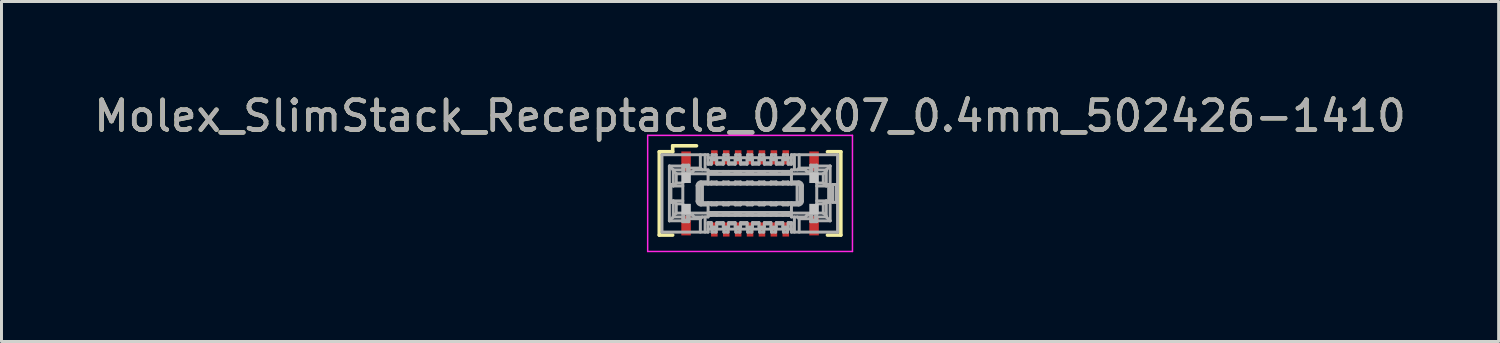
<source format=kicad_pcb>
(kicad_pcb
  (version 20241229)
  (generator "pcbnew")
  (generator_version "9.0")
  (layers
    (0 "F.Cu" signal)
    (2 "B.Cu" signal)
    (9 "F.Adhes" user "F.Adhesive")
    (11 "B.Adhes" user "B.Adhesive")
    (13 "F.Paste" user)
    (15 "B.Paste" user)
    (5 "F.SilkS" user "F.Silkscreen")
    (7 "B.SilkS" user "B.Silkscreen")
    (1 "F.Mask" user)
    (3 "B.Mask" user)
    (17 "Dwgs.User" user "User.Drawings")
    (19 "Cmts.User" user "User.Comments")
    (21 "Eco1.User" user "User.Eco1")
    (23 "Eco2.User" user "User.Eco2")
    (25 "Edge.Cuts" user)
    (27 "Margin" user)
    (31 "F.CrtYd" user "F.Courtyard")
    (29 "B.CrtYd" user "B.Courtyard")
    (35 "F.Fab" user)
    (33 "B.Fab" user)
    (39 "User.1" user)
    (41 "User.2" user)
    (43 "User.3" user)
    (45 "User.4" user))
  (footprint "Molex_SlimStack_Receptacle_02x07_0.4mm_502426-1410"
    (layer "F.Cu")
    (at 22.149 3.448)
    (property "Reference" "Molex_SlimStack_Receptacle_02x07_0.4mm_502426-1410" (at 0 -2.6 0) (layer "F.SilkS") (effects (font (size 1 1) (thickness 0.15))))
    (attr smd)
    (fp_line (start -3.05 -1.4) (end -3.05 1.4) (stroke (width 0.12) (type solid)) (layer "F.SilkS"))
    (fp_line (start -3.05 1.4) (end -2.6 1.4) (stroke (width 0.12) (type solid)) (layer "F.SilkS"))
    (fp_line (start -2.6 -1.6) (end -1.8 -1.6) (stroke (width 0.12) (type solid)) (layer "F.SilkS"))
    (fp_line (start -2.6 -1.4) (end -3.05 -1.4) (stroke (width 0.12) (type solid)) (layer "F.SilkS"))
    (fp_line (start -2.6 -1.4) (end -2.6 -1.6) (stroke (width 0.12) (type solid)) (layer "F.SilkS"))
    (fp_line (start 2.6 -1.4) (end 3.05 -1.4) (stroke (width 0.12) (type solid)) (layer "F.SilkS"))
    (fp_line (start 3.05 -1.4) (end 3.05 1.4) (stroke (width 0.12) (type solid)) (layer "F.SilkS"))
    (fp_line (start 3.05 1.4) (end 2.6 1.4) (stroke (width 0.12) (type solid)) (layer "F.SilkS"))
    (fp_line (start -3.44 -1.95) (end 3.44 -1.95) (stroke (width 0.05) (type solid)) (layer "F.CrtYd"))
    (fp_line (start -3.44 1.95) (end -3.44 -1.95) (stroke (width 0.05) (type solid)) (layer "F.CrtYd"))
    (fp_line (start 3.44 -1.95) (end 3.44 1.95) (stroke (width 0.05) (type solid)) (layer "F.CrtYd"))
    (fp_line (start 3.44 1.95) (end -3.44 1.95) (stroke (width 0.05) (type solid)) (layer "F.CrtYd"))
    (fp_line (start -2.96 1.3) (end -2.96 -1.3) (stroke (width 0.1) (type solid)) (layer "F.Fab"))
    (fp_line (start -2.71 -0.92) (end -2.58 -0.79) (stroke (width 0.1) (type solid)) (layer "F.Fab"))
    (fp_line (start -2.71 0.92) (end -2.71 -0.92) (stroke (width 0.1) (type solid)) (layer "F.Fab"))
    (fp_line (start -2.71 0.92) (end -2.26 0.92) (stroke (width 0.1) (type solid)) (layer "F.Fab"))
    (fp_line (start -2.66 -0.3) (end -2.58 -0.3) (stroke (width 0.1) (type solid)) (layer "F.Fab"))
    (fp_line (start -2.66 0.3) (end -2.66 -0.3) (stroke (width 0.1) (type solid)) (layer "F.Fab"))
    (fp_line (start -2.58 -0.79) (end -2.58 -0.25) (stroke (width 0.1) (type solid)) (layer "F.Fab"))
    (fp_line (start -2.58 -0.79) (end -2.26 -0.79) (stroke (width 0.1) (type solid)) (layer "F.Fab"))
    (fp_line (start -2.58 0.25) (end -2.58 0.79) (stroke (width 0.1) (type solid)) (layer "F.Fab"))
    (fp_line (start -2.58 0.25) (end -2.26 0.25) (stroke (width 0.1) (type solid)) (layer "F.Fab"))
    (fp_line (start -2.58 0.3) (end -2.66 0.3) (stroke (width 0.1) (type solid)) (layer "F.Fab"))
    (fp_line (start -2.58 0.79) (end -2.71 0.92) (stroke (width 0.1) (type solid)) (layer "F.Fab"))
    (fp_line (start -2.48 -0.66) (end -2.58 -0.76) (stroke (width 0.1) (type solid)) (layer "F.Fab"))
    (fp_line (start -2.48 -0.66) (end -2.48 -0.35) (stroke (width 0.1) (type solid)) (layer "F.Fab"))
    (fp_line (start -2.48 -0.35) (end -2.58 -0.25) (stroke (width 0.1) (type solid)) (layer "F.Fab"))
    (fp_line (start -2.48 -0.35) (end -2.26 -0.35) (stroke (width 0.1) (type solid)) (layer "F.Fab"))
    (fp_line (start -2.48 0.35) (end -2.58 0.25) (stroke (width 0.1) (type solid)) (layer "F.Fab"))
    (fp_line (start -2.48 0.35) (end -2.48 0.66) (stroke (width 0.1) (type solid)) (layer "F.Fab"))
    (fp_line (start -2.48 0.66) (end -2.58 0.76) (stroke (width 0.1) (type solid)) (layer "F.Fab"))
    (fp_line (start -2.48 0.66) (end -2.26 0.66) (stroke (width 0.1) (type solid)) (layer "F.Fab"))
    (fp_line (start -2.26 -0.95) (end -2.06 -0.95) (stroke (width 0.1) (type solid)) (layer "F.Fab"))
    (fp_line (start -2.26 -0.92) (end -2.71 -0.92) (stroke (width 0.1) (type solid)) (layer "F.Fab"))
    (fp_line (start -2.26 -0.66) (end -2.48 -0.66) (stroke (width 0.1) (type solid)) (layer "F.Fab"))
    (fp_line (start -2.26 -0.66) (end -2.26 -0.95) (stroke (width 0.1) (type solid)) (layer "F.Fab"))
    (fp_line (start -2.26 -0.25) (end -2.58 -0.25) (stroke (width 0.1) (type solid)) (layer "F.Fab"))
    (fp_line (start -2.26 0.35) (end -2.48 0.35) (stroke (width 0.1) (type solid)) (layer "F.Fab"))
    (fp_line (start -2.26 0.35) (end -2.26 -0.35) (stroke (width 0.1) (type solid)) (layer "F.Fab"))
    (fp_line (start -2.26 0.79) (end -2.58 0.79) (stroke (width 0.1) (type solid)) (layer "F.Fab"))
    (fp_line (start -2.26 0.95) (end -2.26 0.66) (stroke (width 0.1) (type solid)) (layer "F.Fab"))
    (fp_line (start -2.22 -0.899) (end -2.22 -0.679) (stroke (width 0.1) (type solid)) (layer "F.Fab"))
    (fp_line (start -2.22 -0.679) (end -2.1 -0.679) (stroke (width 0.1) (type solid)) (layer "F.Fab"))
    (fp_line (start -2.22 0.679) (end -2.22 0.899) (stroke (width 0.1) (type solid)) (layer "F.Fab"))
    (fp_line (start -2.22 0.899) (end -2.1 0.899) (stroke (width 0.1) (type solid)) (layer "F.Fab"))
    (fp_line (start -2.1 -0.899) (end -2.22 -0.899) (stroke (width 0.1) (type solid)) (layer "F.Fab"))
    (fp_line (start -2.1 -0.899) (end -2.1 -0.679) (stroke (width 0.1) (type solid)) (layer "F.Fab"))
    (fp_line (start -2.1 0.679) (end -2.22 0.679) (stroke (width 0.1) (type solid)) (layer "F.Fab"))
    (fp_line (start -2.1 0.679) (end -2.1 0.899) (stroke (width 0.1) (type solid)) (layer "F.Fab"))
    (fp_line (start -2.06 -0.85) (end -1.67 -0.85) (stroke (width 0.1) (type solid)) (layer "F.Fab"))
    (fp_line (start -2.06 -0.66) (end -2.06 -0.95) (stroke (width 0.1) (type solid)) (layer "F.Fab"))
    (fp_line (start -2.06 -0.66) (end -1.41 -0.66) (stroke (width 0.1) (type solid)) (layer "F.Fab"))
    (fp_line (start -2.06 0.732) (end -1.93 0.732) (stroke (width 0.1) (type solid)) (layer "F.Fab"))
    (fp_line (start -2.06 0.95) (end -2.26 0.95) (stroke (width 0.1) (type solid)) (layer "F.Fab"))
    (fp_line (start -2.06 0.95) (end -2.06 0.66) (stroke (width 0.1) (type solid)) (layer "F.Fab"))
    (fp_line (start -1.93 -0.732) (end -2.06 -0.732) (stroke (width 0.1) (type solid)) (layer "F.Fab"))
    (fp_line (start -1.93 0.732) (end -1.88 0.79) (stroke (width 0.1) (type solid)) (layer "F.Fab"))
    (fp_line (start -1.88 -0.79) (end -1.93 -0.732) (stroke (width 0.1) (type solid)) (layer "F.Fab"))
    (fp_line (start -1.88 -0.79) (end -1.41 -0.79) (stroke (width 0.1) (type solid)) (layer "F.Fab"))
    (fp_line (start -1.78 0.26) (end -1.78 -0.26) (stroke (width 0.1) (type solid)) (layer "F.Fab"))
    (fp_line (start -1.7 -0.26) (end -1.7 0.26) (stroke (width 0.1) (type solid)) (layer "F.Fab"))
    (fp_line (start -1.67 -0.85) (end -1.67 -1.3) (stroke (width 0.1) (type solid)) (layer "F.Fab"))
    (fp_line (start -1.67 0.85) (end -2.06 0.85) (stroke (width 0.1) (type solid)) (layer "F.Fab"))
    (fp_line (start -1.67 0.85) (end -1.604 0.79) (stroke (width 0.1) (type solid)) (layer "F.Fab"))
    (fp_line (start -1.67 1.3) (end -1.67 0.85) (stroke (width 0.1) (type solid)) (layer "F.Fab"))
    (fp_line (start -1.65 -0.39) (end -1.41 -0.39) (stroke (width 0.1) (type solid)) (layer "F.Fab"))
    (fp_line (start -1.65 0.31) (end 1.63 0.31) (stroke (width 0.1) (type solid)) (layer "F.Fab"))
    (fp_line (start -1.604 -0.79) (end -1.67 -0.85) (stroke (width 0.1) (type solid)) (layer "F.Fab"))
    (fp_line (start -1.6 0.31) (end -1.6 -0.31) (stroke (width 0.1) (type solid)) (layer "F.Fab"))
    (fp_line (start -1.51 -0.79) (end -1.51 -1.3) (stroke (width 0.1) (type solid)) (layer "F.Fab"))
    (fp_line (start -1.51 1.3) (end -1.51 0.79) (stroke (width 0.1) (type solid)) (layer "F.Fab"))
    (fp_line (start -1.41 -1.3) (end -2.96 -1.3) (stroke (width 0.1) (type solid)) (layer "F.Fab"))
    (fp_line (start -1.41 -1.3) (end -1.41 -0.98) (stroke (width 0.1) (type solid)) (layer "F.Fab"))
    (fp_line (start -1.41 -0.98) (end -1.3 -0.98) (stroke (width 0.1) (type solid)) (layer "F.Fab"))
    (fp_line (start -1.41 -0.31) (end -1.41 -0.79) (stroke (width 0.1) (type solid)) (layer "F.Fab"))
    (fp_line (start -1.41 0.36) (end -1.3 0.36) (stroke (width 0.1) (type solid)) (layer "F.Fab"))
    (fp_line (start -1.41 0.39) (end -1.65 0.39) (stroke (width 0.1) (type solid)) (layer "F.Fab"))
    (fp_line (start -1.41 0.64) (end 1.39 0.64) (stroke (width 0.1) (type solid)) (layer "F.Fab"))
    (fp_line (start -1.41 0.66) (end -2.06 0.66) (stroke (width 0.1) (type solid)) (layer "F.Fab"))
    (fp_line (start -1.41 0.74) (end 1.39 0.74) (stroke (width 0.1) (type solid)) (layer "F.Fab"))
    (fp_line (start -1.41 0.79) (end -1.88 0.79) (stroke (width 0.1) (type solid)) (layer "F.Fab"))
    (fp_line (start -1.41 0.79) (end -1.41 0.31) (stroke (width 0.1) (type solid)) (layer "F.Fab"))
    (fp_line (start -1.41 0.98) (end -1.41 1.3) (stroke (width 0.1) (type solid)) (layer "F.Fab"))
    (fp_line (start -1.41 1.03) (end -1.3 1.03) (stroke (width 0.1) (type solid)) (layer "F.Fab"))
    (fp_line (start -1.41 1.2) (end 1.39 1.2) (stroke (width 0.1) (type solid)) (layer "F.Fab"))
    (fp_line (start -1.41 1.3) (end -2.96 1.3) (stroke (width 0.1) (type solid)) (layer "F.Fab"))
    (fp_line (start -1.3 -1.13) (end -1.3 -0.98) (stroke (width 0.1) (type solid)) (layer "F.Fab"))
    (fp_line (start -1.3 -1.03) (end -1.41 -1.03) (stroke (width 0.1) (type solid)) (layer "F.Fab"))
    (fp_line (start -1.3 -0.74) (end -1.3 -0.69) (stroke (width 0.1) (type solid)) (layer "F.Fab"))
    (fp_line (start -1.3 -0.69) (end -1.12 -0.69) (stroke (width 0.1) (type solid)) (layer "F.Fab"))
    (fp_line (start -1.3 -0.385) (end -1.3 -0.31) (stroke (width 0.1) (type solid)) (layer "F.Fab"))
    (fp_line (start -1.3 -0.36) (end -1.41 -0.36) (stroke (width 0.1) (type solid)) (layer "F.Fab"))
    (fp_line (start -1.3 0.31) (end -1.3 0.385) (stroke (width 0.1) (type solid)) (layer "F.Fab"))
    (fp_line (start -1.3 0.385) (end -1.12 0.385) (stroke (width 0.1) (type solid)) (layer "F.Fab"))
    (fp_line (start -1.3 0.69) (end -1.3 0.74) (stroke (width 0.1) (type solid)) (layer "F.Fab"))
    (fp_line (start -1.3 0.98) (end -1.41 0.98) (stroke (width 0.1) (type solid)) (layer "F.Fab"))
    (fp_line (start -1.3 0.98) (end -1.3 1.13) (stroke (width 0.1) (type solid)) (layer "F.Fab"))
    (fp_line (start -1.3 1.13) (end -1.12 1.13) (stroke (width 0.1) (type solid)) (layer "F.Fab"))
    (fp_line (start -1.28 -1.3) (end -1.28 -1.2) (stroke (width 0.1) (type solid)) (layer "F.Fab"))
    (fp_line (start -1.28 -1.3) (end -1.14 -1.3) (stroke (width 0.1) (type solid)) (layer "F.Fab"))
    (fp_line (start -1.28 1.2) (end -1.28 1.3) (stroke (width 0.1) (type solid)) (layer "F.Fab"))
    (fp_line (start -1.14 -1.2) (end -1.14 -1.3) (stroke (width 0.1) (type solid)) (layer "F.Fab"))
    (fp_line (start -1.14 1.3) (end -1.28 1.3) (stroke (width 0.1) (type solid)) (layer "F.Fab"))
    (fp_line (start -1.14 1.3) (end -1.14 1.2) (stroke (width 0.1) (type solid)) (layer "F.Fab"))
    (fp_line (start -1.12 -1.13) (end -1.3 -1.13) (stroke (width 0.1) (type solid)) (layer "F.Fab"))
    (fp_line (start -1.12 -1.13) (end -1.12 -0.98) (stroke (width 0.1) (type solid)) (layer "F.Fab"))
    (fp_line (start -1.12 -0.74) (end -1.12 -0.69) (stroke (width 0.1) (type solid)) (layer "F.Fab"))
    (fp_line (start -1.12 -0.385) (end -1.3 -0.385) (stroke (width 0.1) (type solid)) (layer "F.Fab"))
    (fp_line (start -1.12 -0.385) (end -1.12 -0.31) (stroke (width 0.1) (type solid)) (layer "F.Fab"))
    (fp_line (start -1.12 0.36) (end -0.9 0.36) (stroke (width 0.1) (type solid)) (layer "F.Fab"))
    (fp_line (start -1.12 0.385) (end -1.12 0.31) (stroke (width 0.1) (type solid)) (layer "F.Fab"))
    (fp_line (start -1.12 0.69) (end -1.3 0.69) (stroke (width 0.1) (type solid)) (layer "F.Fab"))
    (fp_line (start -1.12 0.69) (end -1.12 0.74) (stroke (width 0.1) (type solid)) (layer "F.Fab"))
    (fp_line (start -1.12 0.98) (end -0.9 0.98) (stroke (width 0.1) (type solid)) (layer "F.Fab"))
    (fp_line (start -1.12 1.03) (end -0.9 1.03) (stroke (width 0.1) (type solid)) (layer "F.Fab"))
    (fp_line (start -1.12 1.13) (end -1.12 0.98) (stroke (width 0.1) (type solid)) (layer "F.Fab"))
    (fp_line (start -0.9 -1.13) (end -0.9 -0.98) (stroke (width 0.1) (type solid)) (layer "F.Fab"))
    (fp_line (start -0.9 -1.03) (end -1.12 -1.03) (stroke (width 0.1) (type solid)) (layer "F.Fab"))
    (fp_line (start -0.9 -0.98) (end -1.12 -0.98) (stroke (width 0.1) (type solid)) (layer "F.Fab"))
    (fp_line (start -0.9 -0.74) (end -0.9 -0.69) (stroke (width 0.1) (type solid)) (layer "F.Fab"))
    (fp_line (start -0.9 -0.69) (end -0.72 -0.69) (stroke (width 0.1) (type solid)) (layer "F.Fab"))
    (fp_line (start -0.9 -0.385) (end -0.9 -0.31) (stroke (width 0.1) (type solid)) (layer "F.Fab"))
    (fp_line (start -0.9 -0.36) (end -1.12 -0.36) (stroke (width 0.1) (type solid)) (layer "F.Fab"))
    (fp_line (start -0.9 0.31) (end -0.9 0.385) (stroke (width 0.1) (type solid)) (layer "F.Fab"))
    (fp_line (start -0.9 0.385) (end -0.72 0.385) (stroke (width 0.1) (type solid)) (layer "F.Fab"))
    (fp_line (start -0.9 0.69) (end -0.9 0.74) (stroke (width 0.1) (type solid)) (layer "F.Fab"))
    (fp_line (start -0.9 0.98) (end -0.9 1.13) (stroke (width 0.1) (type solid)) (layer "F.Fab"))
    (fp_line (start -0.9 1.13) (end -0.72 1.13) (stroke (width 0.1) (type solid)) (layer "F.Fab"))
    (fp_line (start -0.88 -1.3) (end -0.88 -1.2) (stroke (width 0.1) (type solid)) (layer "F.Fab"))
    (fp_line (start -0.88 -1.3) (end -0.74 -1.3) (stroke (width 0.1) (type solid)) (layer "F.Fab"))
    (fp_line (start -0.88 1.2) (end -0.88 1.3) (stroke (width 0.1) (type solid)) (layer "F.Fab"))
    (fp_line (start -0.74 -1.2) (end -0.74 -1.3) (stroke (width 0.1) (type solid)) (layer "F.Fab"))
    (fp_line (start -0.74 1.3) (end -0.88 1.3) (stroke (width 0.1) (type solid)) (layer "F.Fab"))
    (fp_line (start -0.74 1.3) (end -0.74 1.2) (stroke (width 0.1) (type solid)) (layer "F.Fab"))
    (fp_line (start -0.72 -1.13) (end -0.9 -1.13) (stroke (width 0.1) (type solid)) (layer "F.Fab"))
    (fp_line (start -0.72 -1.13) (end -0.72 -0.98) (stroke (width 0.1) (type solid)) (layer "F.Fab"))
    (fp_line (start -0.72 -0.74) (end -0.72 -0.69) (stroke (width 0.1) (type solid)) (layer "F.Fab"))
    (fp_line (start -0.72 -0.385) (end -0.9 -0.385) (stroke (width 0.1) (type solid)) (layer "F.Fab"))
    (fp_line (start -0.72 -0.385) (end -0.72 -0.31) (stroke (width 0.1) (type solid)) (layer "F.Fab"))
    (fp_line (start -0.72 0.36) (end -0.5 0.36) (stroke (width 0.1) (type solid)) (layer "F.Fab"))
    (fp_line (start -0.72 0.385) (end -0.72 0.31) (stroke (width 0.1) (type solid)) (layer "F.Fab"))
    (fp_line (start -0.72 0.69) (end -0.9 0.69) (stroke (width 0.1) (type solid)) (layer "F.Fab"))
    (fp_line (start -0.72 0.69) (end -0.72 0.74) (stroke (width 0.1) (type solid)) (layer "F.Fab"))
    (fp_line (start -0.72 0.98) (end -0.72 1.13) (stroke (width 0.1) (type solid)) (layer "F.Fab"))
    (fp_line (start -0.72 0.98) (end -0.5 0.98) (stroke (width 0.1) (type solid)) (layer "F.Fab"))
    (fp_line (start -0.72 1.03) (end -0.5 1.03) (stroke (width 0.1) (type solid)) (layer "F.Fab"))
    (fp_line (start -0.5 -1.13) (end -0.5 -0.98) (stroke (width 0.1) (type solid)) (layer "F.Fab"))
    (fp_line (start -0.5 -1.03) (end -0.72 -1.03) (stroke (width 0.1) (type solid)) (layer "F.Fab"))
    (fp_line (start -0.5 -0.98) (end -0.72 -0.98) (stroke (width 0.1) (type solid)) (layer "F.Fab"))
    (fp_line (start -0.5 -0.74) (end -0.5 -0.69) (stroke (width 0.1) (type solid)) (layer "F.Fab"))
    (fp_line (start -0.5 -0.69) (end -0.32 -0.69) (stroke (width 0.1) (type solid)) (layer "F.Fab"))
    (fp_line (start -0.5 -0.385) (end -0.5 -0.31) (stroke (width 0.1) (type solid)) (layer "F.Fab"))
    (fp_line (start -0.5 -0.36) (end -0.72 -0.36) (stroke (width 0.1) (type solid)) (layer "F.Fab"))
    (fp_line (start -0.5 0.31) (end -0.5 0.385) (stroke (width 0.1) (type solid)) (layer "F.Fab"))
    (fp_line (start -0.5 0.385) (end -0.32 0.385) (stroke (width 0.1) (type solid)) (layer "F.Fab"))
    (fp_line (start -0.5 0.69) (end -0.5 0.74) (stroke (width 0.1) (type solid)) (layer "F.Fab"))
    (fp_line (start -0.5 0.98) (end -0.5 1.13) (stroke (width 0.1) (type solid)) (layer "F.Fab"))
    (fp_line (start -0.5 1.13) (end -0.32 1.13) (stroke (width 0.1) (type solid)) (layer "F.Fab"))
    (fp_line (start -0.48 -1.3) (end -0.48 -1.2) (stroke (width 0.1) (type solid)) (layer "F.Fab"))
    (fp_line (start -0.48 -1.3) (end -0.34 -1.3) (stroke (width 0.1) (type solid)) (layer "F.Fab"))
    (fp_line (start -0.48 1.2) (end -0.48 1.3) (stroke (width 0.1) (type solid)) (layer "F.Fab"))
    (fp_line (start -0.34 -1.2) (end -0.34 -1.3) (stroke (width 0.1) (type solid)) (layer "F.Fab"))
    (fp_line (start -0.34 1.3) (end -0.48 1.3) (stroke (width 0.1) (type solid)) (layer "F.Fab"))
    (fp_line (start -0.34 1.3) (end -0.34 1.2) (stroke (width 0.1) (type solid)) (layer "F.Fab"))
    (fp_line (start -0.32 -1.13) (end -0.5 -1.13) (stroke (width 0.1) (type solid)) (layer "F.Fab"))
    (fp_line (start -0.32 -1.13) (end -0.32 -0.98) (stroke (width 0.1) (type solid)) (layer "F.Fab"))
    (fp_line (start -0.32 -0.74) (end -0.32 -0.69) (stroke (width 0.1) (type solid)) (layer "F.Fab"))
    (fp_line (start -0.32 -0.385) (end -0.5 -0.385) (stroke (width 0.1) (type solid)) (layer "F.Fab"))
    (fp_line (start -0.32 -0.385) (end -0.32 -0.31) (stroke (width 0.1) (type solid)) (layer "F.Fab"))
    (fp_line (start -0.32 0.36) (end -0.1 0.36) (stroke (width 0.1) (type solid)) (layer "F.Fab"))
    (fp_line (start -0.32 0.385) (end -0.32 0.31) (stroke (width 0.1) (type solid)) (layer "F.Fab"))
    (fp_line (start -0.32 0.69) (end -0.5 0.69) (stroke (width 0.1) (type solid)) (layer "F.Fab"))
    (fp_line (start -0.32 0.69) (end -0.32 0.74) (stroke (width 0.1) (type solid)) (layer "F.Fab"))
    (fp_line (start -0.32 0.98) (end -0.32 1.13) (stroke (width 0.1) (type solid)) (layer "F.Fab"))
    (fp_line (start -0.32 0.98) (end -0.1 0.98) (stroke (width 0.1) (type solid)) (layer "F.Fab"))
    (fp_line (start -0.32 1.03) (end -0.1 1.03) (stroke (width 0.1) (type solid)) (layer "F.Fab"))
    (fp_line (start -0.1 -1.13) (end -0.1 -0.98) (stroke (width 0.1) (type solid)) (layer "F.Fab"))
    (fp_line (start -0.1 -1.03) (end -0.32 -1.03) (stroke (width 0.1) (type solid)) (layer "F.Fab"))
    (fp_line (start -0.1 -0.98) (end -0.32 -0.98) (stroke (width 0.1) (type solid)) (layer "F.Fab"))
    (fp_line (start -0.1 -0.74) (end -0.1 -0.69) (stroke (width 0.1) (type solid)) (layer "F.Fab"))
    (fp_line (start -0.1 -0.69) (end 0.08 -0.69) (stroke (width 0.1) (type solid)) (layer "F.Fab"))
    (fp_line (start -0.1 -0.385) (end -0.1 -0.31) (stroke (width 0.1) (type solid)) (layer "F.Fab"))
    (fp_line (start -0.1 -0.36) (end -0.32 -0.36) (stroke (width 0.1) (type solid)) (layer "F.Fab"))
    (fp_line (start -0.1 0.31) (end -0.1 0.385) (stroke (width 0.1) (type solid)) (layer "F.Fab"))
    (fp_line (start -0.1 0.385) (end 0.08 0.385) (stroke (width 0.1) (type solid)) (layer "F.Fab"))
    (fp_line (start -0.1 0.69) (end -0.1 0.74) (stroke (width 0.1) (type solid)) (layer "F.Fab"))
    (fp_line (start -0.1 0.98) (end -0.1 1.13) (stroke (width 0.1) (type solid)) (layer "F.Fab"))
    (fp_line (start -0.1 1.13) (end 0.08 1.13) (stroke (width 0.1) (type solid)) (layer "F.Fab"))
    (fp_line (start -0.08 -1.3) (end -0.08 -1.2) (stroke (width 0.1) (type solid)) (layer "F.Fab"))
    (fp_line (start -0.08 -1.3) (end 0.06 -1.3) (stroke (width 0.1) (type solid)) (layer "F.Fab"))
    (fp_line (start -0.08 1.2) (end -0.08 1.3) (stroke (width 0.1) (type solid)) (layer "F.Fab"))
    (fp_line (start 0.06 -1.2) (end 0.06 -1.3) (stroke (width 0.1) (type solid)) (layer "F.Fab"))
    (fp_line (start 0.06 1.3) (end -0.08 1.3) (stroke (width 0.1) (type solid)) (layer "F.Fab"))
    (fp_line (start 0.06 1.3) (end 0.06 1.2) (stroke (width 0.1) (type solid)) (layer "F.Fab"))
    (fp_line (start 0.08 -1.13) (end -0.1 -1.13) (stroke (width 0.1) (type solid)) (layer "F.Fab"))
    (fp_line (start 0.08 -1.13) (end 0.08 -0.98) (stroke (width 0.1) (type solid)) (layer "F.Fab"))
    (fp_line (start 0.08 -0.74) (end 0.08 -0.69) (stroke (width 0.1) (type solid)) (layer "F.Fab"))
    (fp_line (start 0.08 -0.385) (end -0.1 -0.385) (stroke (width 0.1) (type solid)) (layer "F.Fab"))
    (fp_line (start 0.08 -0.385) (end 0.08 -0.31) (stroke (width 0.1) (type solid)) (layer "F.Fab"))
    (fp_line (start 0.08 0.36) (end 0.3 0.36) (stroke (width 0.1) (type solid)) (layer "F.Fab"))
    (fp_line (start 0.08 0.385) (end 0.08 0.31) (stroke (width 0.1) (type solid)) (layer "F.Fab"))
    (fp_line (start 0.08 0.69) (end -0.1 0.69) (stroke (width 0.1) (type solid)) (layer "F.Fab"))
    (fp_line (start 0.08 0.69) (end 0.08 0.74) (stroke (width 0.1) (type solid)) (layer "F.Fab"))
    (fp_line (start 0.08 0.98) (end 0.08 1.13) (stroke (width 0.1) (type solid)) (layer "F.Fab"))
    (fp_line (start 0.08 0.98) (end 0.3 0.98) (stroke (width 0.1) (type solid)) (layer "F.Fab"))
    (fp_line (start 0.08 1.03) (end 0.3 1.03) (stroke (width 0.1) (type solid)) (layer "F.Fab"))
    (fp_line (start 0.3 -1.13) (end 0.3 -0.98) (stroke (width 0.1) (type solid)) (layer "F.Fab"))
    (fp_line (start 0.3 -1.03) (end 0.08 -1.03) (stroke (width 0.1) (type solid)) (layer "F.Fab"))
    (fp_line (start 0.3 -0.98) (end 0.08 -0.98) (stroke (width 0.1) (type solid)) (layer "F.Fab"))
    (fp_line (start 0.3 -0.74) (end 0.3 -0.69) (stroke (width 0.1) (type solid)) (layer "F.Fab"))
    (fp_line (start 0.3 -0.69) (end 0.48 -0.69) (stroke (width 0.1) (type solid)) (layer "F.Fab"))
    (fp_line (start 0.3 -0.385) (end 0.3 -0.31) (stroke (width 0.1) (type solid)) (layer "F.Fab"))
    (fp_line (start 0.3 -0.36) (end 0.08 -0.36) (stroke (width 0.1) (type solid)) (layer "F.Fab"))
    (fp_line (start 0.3 0.31) (end 0.3 0.385) (stroke (width 0.1) (type solid)) (layer "F.Fab"))
    (fp_line (start 0.3 0.385) (end 0.48 0.385) (stroke (width 0.1) (type solid)) (layer "F.Fab"))
    (fp_line (start 0.3 0.69) (end 0.3 0.74) (stroke (width 0.1) (type solid)) (layer "F.Fab"))
    (fp_line (start 0.3 0.98) (end 0.3 1.13) (stroke (width 0.1) (type solid)) (layer "F.Fab"))
    (fp_line (start 0.3 1.13) (end 0.48 1.13) (stroke (width 0.1) (type solid)) (layer "F.Fab"))
    (fp_line (start 0.32 -1.3) (end 0.32 -1.2) (stroke (width 0.1) (type solid)) (layer "F.Fab"))
    (fp_line (start 0.32 -1.3) (end 0.46 -1.3) (stroke (width 0.1) (type solid)) (layer "F.Fab"))
    (fp_line (start 0.32 1.2) (end 0.32 1.3) (stroke (width 0.1) (type solid)) (layer "F.Fab"))
    (fp_line (start 0.46 -1.2) (end 0.46 -1.3) (stroke (width 0.1) (type solid)) (layer "F.Fab"))
    (fp_line (start 0.46 1.3) (end 0.32 1.3) (stroke (width 0.1) (type solid)) (layer "F.Fab"))
    (fp_line (start 0.46 1.3) (end 0.46 1.2) (stroke (width 0.1) (type solid)) (layer "F.Fab"))
    (fp_line (start 0.48 -1.13) (end 0.3 -1.13) (stroke (width 0.1) (type solid)) (layer "F.Fab"))
    (fp_line (start 0.48 -1.13) (end 0.48 -0.98) (stroke (width 0.1) (type solid)) (layer "F.Fab"))
    (fp_line (start 0.48 -0.74) (end 0.48 -0.69) (stroke (width 0.1) (type solid)) (layer "F.Fab"))
    (fp_line (start 0.48 -0.385) (end 0.3 -0.385) (stroke (width 0.1) (type solid)) (layer "F.Fab"))
    (fp_line (start 0.48 -0.385) (end 0.48 -0.31) (stroke (width 0.1) (type solid)) (layer "F.Fab"))
    (fp_line (start 0.48 0.36) (end 0.7 0.36) (stroke (width 0.1) (type solid)) (layer "F.Fab"))
    (fp_line (start 0.48 0.385) (end 0.48 0.31) (stroke (width 0.1) (type solid)) (layer "F.Fab"))
    (fp_line (start 0.48 0.69) (end 0.3 0.69) (stroke (width 0.1) (type solid)) (layer "F.Fab"))
    (fp_line (start 0.48 0.69) (end 0.48 0.74) (stroke (width 0.1) (type solid)) (layer "F.Fab"))
    (fp_line (start 0.48 0.98) (end 0.48 1.13) (stroke (width 0.1) (type solid)) (layer "F.Fab"))
    (fp_line (start 0.48 0.98) (end 0.7 0.98) (stroke (width 0.1) (type solid)) (layer "F.Fab"))
    (fp_line (start 0.48 1.03) (end 0.7 1.03) (stroke (width 0.1) (type solid)) (layer "F.Fab"))
    (fp_line (start 0.7 -1.13) (end 0.7 -0.98) (stroke (width 0.1) (type solid)) (layer "F.Fab"))
    (fp_line (start 0.7 -1.03) (end 0.48 -1.03) (stroke (width 0.1) (type solid)) (layer "F.Fab"))
    (fp_line (start 0.7 -0.98) (end 0.48 -0.98) (stroke (width 0.1) (type solid)) (layer "F.Fab"))
    (fp_line (start 0.7 -0.74) (end 0.7 -0.69) (stroke (width 0.1) (type solid)) (layer "F.Fab"))
    (fp_line (start 0.7 -0.69) (end 0.88 -0.69) (stroke (width 0.1) (type solid)) (layer "F.Fab"))
    (fp_line (start 0.7 -0.385) (end 0.7 -0.31) (stroke (width 0.1) (type solid)) (layer "F.Fab"))
    (fp_line (start 0.7 -0.36) (end 0.48 -0.36) (stroke (width 0.1) (type solid)) (layer "F.Fab"))
    (fp_line (start 0.7 0.31) (end 0.7 0.385) (stroke (width 0.1) (type solid)) (layer "F.Fab"))
    (fp_line (start 0.7 0.385) (end 0.88 0.385) (stroke (width 0.1) (type solid)) (layer "F.Fab"))
    (fp_line (start 0.7 0.69) (end 0.7 0.74) (stroke (width 0.1) (type solid)) (layer "F.Fab"))
    (fp_line (start 0.7 0.98) (end 0.7 1.13) (stroke (width 0.1) (type solid)) (layer "F.Fab"))
    (fp_line (start 0.7 1.13) (end 0.88 1.13) (stroke (width 0.1) (type solid)) (layer "F.Fab"))
    (fp_line (start 0.72 -1.3) (end 0.72 -1.2) (stroke (width 0.1) (type solid)) (layer "F.Fab"))
    (fp_line (start 0.72 -1.3) (end 0.86 -1.3) (stroke (width 0.1) (type solid)) (layer "F.Fab"))
    (fp_line (start 0.72 1.2) (end 0.72 1.3) (stroke (width 0.1) (type solid)) (layer "F.Fab"))
    (fp_line (start 0.86 -1.2) (end 0.86 -1.3) (stroke (width 0.1) (type solid)) (layer "F.Fab"))
    (fp_line (start 0.86 1.3) (end 0.72 1.3) (stroke (width 0.1) (type solid)) (layer "F.Fab"))
    (fp_line (start 0.86 1.3) (end 0.86 1.2) (stroke (width 0.1) (type solid)) (layer "F.Fab"))
    (fp_line (start 0.88 -1.13) (end 0.7 -1.13) (stroke (width 0.1) (type solid)) (layer "F.Fab"))
    (fp_line (start 0.88 -1.13) (end 0.88 -0.98) (stroke (width 0.1) (type solid)) (layer "F.Fab"))
    (fp_line (start 0.88 -0.74) (end 0.88 -0.69) (stroke (width 0.1) (type solid)) (layer "F.Fab"))
    (fp_line (start 0.88 -0.385) (end 0.7 -0.385) (stroke (width 0.1) (type solid)) (layer "F.Fab"))
    (fp_line (start 0.88 -0.385) (end 0.88 -0.31) (stroke (width 0.1) (type solid)) (layer "F.Fab"))
    (fp_line (start 0.88 0.36) (end 1.1 0.36) (stroke (width 0.1) (type solid)) (layer "F.Fab"))
    (fp_line (start 0.88 0.385) (end 0.88 0.31) (stroke (width 0.1) (type solid)) (layer "F.Fab"))
    (fp_line (start 0.88 0.69) (end 0.7 0.69) (stroke (width 0.1) (type solid)) (layer "F.Fab"))
    (fp_line (start 0.88 0.69) (end 0.88 0.74) (stroke (width 0.1) (type solid)) (layer "F.Fab"))
    (fp_line (start 0.88 0.98) (end 0.88 1.13) (stroke (width 0.1) (type solid)) (layer "F.Fab"))
    (fp_line (start 0.88 0.98) (end 1.1 0.98) (stroke (width 0.1) (type solid)) (layer "F.Fab"))
    (fp_line (start 0.88 1.03) (end 1.1 1.03) (stroke (width 0.1) (type solid)) (layer "F.Fab"))
    (fp_line (start 1.1 -1.13) (end 1.1 -0.98) (stroke (width 0.1) (type solid)) (layer "F.Fab"))
    (fp_line (start 1.1 -1.03) (end 0.88 -1.03) (stroke (width 0.1) (type solid)) (layer "F.Fab"))
    (fp_line (start 1.1 -0.98) (end 0.88 -0.98) (stroke (width 0.1) (type solid)) (layer "F.Fab"))
    (fp_line (start 1.1 -0.74) (end 1.1 -0.69) (stroke (width 0.1) (type solid)) (layer "F.Fab"))
    (fp_line (start 1.1 -0.69) (end 1.28 -0.69) (stroke (width 0.1) (type solid)) (layer "F.Fab"))
    (fp_line (start 1.1 -0.385) (end 1.1 -0.31) (stroke (width 0.1) (type solid)) (layer "F.Fab"))
    (fp_line (start 1.1 -0.36) (end 0.88 -0.36) (stroke (width 0.1) (type solid)) (layer "F.Fab"))
    (fp_line (start 1.1 0.31) (end 1.1 0.385) (stroke (width 0.1) (type solid)) (layer "F.Fab"))
    (fp_line (start 1.1 0.385) (end 1.28 0.385) (stroke (width 0.1) (type solid)) (layer "F.Fab"))
    (fp_line (start 1.1 0.69) (end 1.1 0.74) (stroke (width 0.1) (type solid)) (layer "F.Fab"))
    (fp_line (start 1.1 0.98) (end 1.1 1.13) (stroke (width 0.1) (type solid)) (layer "F.Fab"))
    (fp_line (start 1.1 1.13) (end 1.28 1.13) (stroke (width 0.1) (type solid)) (layer "F.Fab"))
    (fp_line (start 1.12 -1.3) (end 1.12 -1.2) (stroke (width 0.1) (type solid)) (layer "F.Fab"))
    (fp_line (start 1.12 -1.3) (end 1.26 -1.3) (stroke (width 0.1) (type solid)) (layer "F.Fab"))
    (fp_line (start 1.12 1.2) (end 1.12 1.3) (stroke (width 0.1) (type solid)) (layer "F.Fab"))
    (fp_line (start 1.12 1.3) (end 1.26 1.3) (stroke (width 0.1) (type solid)) (layer "F.Fab"))
    (fp_line (start 1.26 -1.2) (end 1.26 -1.3) (stroke (width 0.1) (type solid)) (layer "F.Fab"))
    (fp_line (start 1.26 1.3) (end 1.26 1.2) (stroke (width 0.1) (type solid)) (layer "F.Fab"))
    (fp_line (start 1.28 -1.13) (end 1.1 -1.13) (stroke (width 0.1) (type solid)) (layer "F.Fab"))
    (fp_line (start 1.28 -1.13) (end 1.28 -0.98) (stroke (width 0.1) (type solid)) (layer "F.Fab"))
    (fp_line (start 1.28 -0.98) (end 1.39 -0.98) (stroke (width 0.1) (type solid)) (layer "F.Fab"))
    (fp_line (start 1.28 -0.74) (end 1.28 -0.69) (stroke (width 0.1) (type solid)) (layer "F.Fab"))
    (fp_line (start 1.28 -0.385) (end 1.1 -0.385) (stroke (width 0.1) (type solid)) (layer "F.Fab"))
    (fp_line (start 1.28 -0.385) (end 1.28 -0.31) (stroke (width 0.1) (type solid)) (layer "F.Fab"))
    (fp_line (start 1.28 0.36) (end 1.39 0.36) (stroke (width 0.1) (type solid)) (layer "F.Fab"))
    (fp_line (start 1.28 0.385) (end 1.28 0.31) (stroke (width 0.1) (type solid)) (layer "F.Fab"))
    (fp_line (start 1.28 0.69) (end 1.1 0.69) (stroke (width 0.1) (type solid)) (layer "F.Fab"))
    (fp_line (start 1.28 0.69) (end 1.28 0.74) (stroke (width 0.1) (type solid)) (layer "F.Fab"))
    (fp_line (start 1.28 0.98) (end 1.28 1.13) (stroke (width 0.1) (type solid)) (layer "F.Fab"))
    (fp_line (start 1.28 1.03) (end 1.39 1.03) (stroke (width 0.1) (type solid)) (layer "F.Fab"))
    (fp_line (start 1.39 -1.2) (end -1.41 -1.2) (stroke (width 0.1) (type solid)) (layer "F.Fab"))
    (fp_line (start 1.39 -1.03) (end 1.28 -1.03) (stroke (width 0.1) (type solid)) (layer "F.Fab"))
    (fp_line (start 1.39 -0.98) (end 1.39 -1.3) (stroke (width 0.1) (type solid)) (layer "F.Fab"))
    (fp_line (start 1.39 -0.79) (end 1.39 -0.31) (stroke (width 0.1) (type solid)) (layer "F.Fab"))
    (fp_line (start 1.39 -0.79) (end 1.86 -0.79) (stroke (width 0.1) (type solid)) (layer "F.Fab"))
    (fp_line (start 1.39 -0.74) (end -1.41 -0.74) (stroke (width 0.1) (type solid)) (layer "F.Fab"))
    (fp_line (start 1.39 -0.66) (end 2.04 -0.66) (stroke (width 0.1) (type solid)) (layer "F.Fab"))
    (fp_line (start 1.39 -0.64) (end -1.41 -0.64) (stroke (width 0.1) (type solid)) (layer "F.Fab"))
    (fp_line (start 1.39 -0.36) (end 1.28 -0.36) (stroke (width 0.1) (type solid)) (layer "F.Fab"))
    (fp_line (start 1.39 0.31) (end 1.39 0.79) (stroke (width 0.1) (type solid)) (layer "F.Fab"))
    (fp_line (start 1.39 0.98) (end 1.28 0.98) (stroke (width 0.1) (type solid)) (layer "F.Fab"))
    (fp_line (start 1.39 1.3) (end 1.39 0.98) (stroke (width 0.1) (type solid)) (layer "F.Fab"))
    (fp_line (start 1.49 -1.3) (end 1.49 -0.79) (stroke (width 0.1) (type solid)) (layer "F.Fab"))
    (fp_line (start 1.49 0.79) (end 1.49 1.3) (stroke (width 0.1) (type solid)) (layer "F.Fab"))
    (fp_line (start 1.58 -0.31) (end 1.58 0.31) (stroke (width 0.1) (type solid)) (layer "F.Fab"))
    (fp_line (start 1.584 0.79) (end 1.65 0.85) (stroke (width 0.1) (type solid)) (layer "F.Fab"))
    (fp_line (start 1.63 -0.39) (end 1.39 -0.39) (stroke (width 0.1) (type solid)) (layer "F.Fab"))
    (fp_line (start 1.63 -0.31) (end -1.65 -0.31) (stroke (width 0.1) (type solid)) (layer "F.Fab"))
    (fp_line (start 1.63 0.39) (end 1.39 0.39) (stroke (width 0.1) (type solid)) (layer "F.Fab"))
    (fp_line (start 1.65 -1.3) (end 1.65 -0.85) (stroke (width 0.1) (type solid)) (layer "F.Fab"))
    (fp_line (start 1.65 -0.85) (end 1.584 -0.79) (stroke (width 0.1) (type solid)) (layer "F.Fab"))
    (fp_line (start 1.65 -0.85) (end 2.04 -0.85) (stroke (width 0.1) (type solid)) (layer "F.Fab"))
    (fp_line (start 1.65 0.85) (end 1.65 1.3) (stroke (width 0.1) (type solid)) (layer "F.Fab"))
    (fp_line (start 1.68 0.26) (end 1.68 -0.26) (stroke (width 0.1) (type solid)) (layer "F.Fab"))
    (fp_line (start 1.76 -0.26) (end 1.76 0.26) (stroke (width 0.1) (type solid)) (layer "F.Fab"))
    (fp_line (start 1.86 0.79) (end 1.39 0.79) (stroke (width 0.1) (type solid)) (layer "F.Fab"))
    (fp_line (start 1.86 0.79) (end 1.91 0.732) (stroke (width 0.1) (type solid)) (layer "F.Fab"))
    (fp_line (start 1.91 -0.732) (end 1.86 -0.79) (stroke (width 0.1) (type solid)) (layer "F.Fab"))
    (fp_line (start 1.91 0.732) (end 2.04 0.732) (stroke (width 0.1) (type solid)) (layer "F.Fab"))
    (fp_line (start 2.04 -0.95) (end 2.04 -0.66) (stroke (width 0.1) (type solid)) (layer "F.Fab"))
    (fp_line (start 2.04 -0.95) (end 2.24 -0.95) (stroke (width 0.1) (type solid)) (layer "F.Fab"))
    (fp_line (start 2.04 -0.732) (end 1.91 -0.732) (stroke (width 0.1) (type solid)) (layer "F.Fab"))
    (fp_line (start 2.04 0.66) (end 1.39 0.66) (stroke (width 0.1) (type solid)) (layer "F.Fab"))
    (fp_line (start 2.04 0.66) (end 2.04 0.95) (stroke (width 0.1) (type solid)) (layer "F.Fab"))
    (fp_line (start 2.04 0.85) (end 1.65 0.85) (stroke (width 0.1) (type solid)) (layer "F.Fab"))
    (fp_line (start 2.08 -0.899) (end 2.08 -0.679) (stroke (width 0.1) (type solid)) (layer "F.Fab"))
    (fp_line (start 2.08 -0.899) (end 2.2 -0.899) (stroke (width 0.1) (type solid)) (layer "F.Fab"))
    (fp_line (start 2.08 -0.679) (end 2.2 -0.679) (stroke (width 0.1) (type solid)) (layer "F.Fab"))
    (fp_line (start 2.08 0.679) (end 2.08 0.899) (stroke (width 0.1) (type solid)) (layer "F.Fab"))
    (fp_line (start 2.2 -0.899) (end 2.2 -0.679) (stroke (width 0.1) (type solid)) (layer "F.Fab"))
    (fp_line (start 2.2 0.679) (end 2.08 0.679) (stroke (width 0.1) (type solid)) (layer "F.Fab"))
    (fp_line (start 2.2 0.679) (end 2.2 0.899) (stroke (width 0.1) (type solid)) (layer "F.Fab"))
    (fp_line (start 2.2 0.899) (end 2.08 0.899) (stroke (width 0.1) (type solid)) (layer "F.Fab"))
    (fp_line (start 2.24 -0.95) (end 2.24 -0.66) (stroke (width 0.1) (type solid)) (layer "F.Fab"))
    (fp_line (start 2.24 -0.79) (end 2.56 -0.79) (stroke (width 0.1) (type solid)) (layer "F.Fab"))
    (fp_line (start 2.24 -0.35) (end 2.24 0.35) (stroke (width 0.1) (type solid)) (layer "F.Fab"))
    (fp_line (start 2.24 -0.35) (end 2.46 -0.35) (stroke (width 0.1) (type solid)) (layer "F.Fab"))
    (fp_line (start 2.24 0.25) (end 2.56 0.25) (stroke (width 0.1) (type solid)) (layer "F.Fab"))
    (fp_line (start 2.24 0.66) (end 2.24 0.95) (stroke (width 0.1) (type solid)) (layer "F.Fab"))
    (fp_line (start 2.24 0.66) (end 2.46 0.66) (stroke (width 0.1) (type solid)) (layer "F.Fab"))
    (fp_line (start 2.24 0.92) (end 2.69 0.92) (stroke (width 0.1) (type solid)) (layer "F.Fab"))
    (fp_line (start 2.24 0.95) (end 2.04 0.95) (stroke (width 0.1) (type solid)) (layer "F.Fab"))
    (fp_line (start 2.46 -0.66) (end 2.24 -0.66) (stroke (width 0.1) (type solid)) (layer "F.Fab"))
    (fp_line (start 2.46 -0.66) (end 2.56 -0.76) (stroke (width 0.1) (type solid)) (layer "F.Fab"))
    (fp_line (start 2.46 -0.35) (end 2.46 -0.66) (stroke (width 0.1) (type solid)) (layer "F.Fab"))
    (fp_line (start 2.46 -0.35) (end 2.56 -0.25) (stroke (width 0.1) (type solid)) (layer "F.Fab"))
    (fp_line (start 2.46 0.35) (end 2.24 0.35) (stroke (width 0.1) (type solid)) (layer "F.Fab"))
    (fp_line (start 2.46 0.35) (end 2.56 0.25) (stroke (width 0.1) (type solid)) (layer "F.Fab"))
    (fp_line (start 2.46 0.66) (end 2.46 0.35) (stroke (width 0.1) (type solid)) (layer "F.Fab"))
    (fp_line (start 2.46 0.66) (end 2.56 0.76) (stroke (width 0.1) (type solid)) (layer "F.Fab"))
    (fp_line (start 2.56 -0.79) (end 2.56 -0.25) (stroke (width 0.1) (type solid)) (layer "F.Fab"))
    (fp_line (start 2.56 -0.79) (end 2.69 -0.92) (stroke (width 0.1) (type solid)) (layer "F.Fab"))
    (fp_line (start 2.56 -0.3) (end 2.64 -0.3) (stroke (width 0.1) (type solid)) (layer "F.Fab"))
    (fp_line (start 2.56 -0.25) (end 2.24 -0.25) (stroke (width 0.1) (type solid)) (layer "F.Fab"))
    (fp_line (start 2.56 0.25) (end 2.56 0.79) (stroke (width 0.1) (type solid)) (layer "F.Fab"))
    (fp_line (start 2.56 0.79) (end 2.24 0.79) (stroke (width 0.1) (type solid)) (layer "F.Fab"))
    (fp_line (start 2.64 -0.3) (end 2.64 0.3) (stroke (width 0.1) (type solid)) (layer "F.Fab"))
    (fp_line (start 2.64 0.3) (end 2.56 0.3) (stroke (width 0.1) (type solid)) (layer "F.Fab"))
    (fp_line (start 2.69 -0.92) (end 2.24 -0.92) (stroke (width 0.1) (type solid)) (layer "F.Fab"))
    (fp_line (start 2.69 -0.92) (end 2.69 0.92) (stroke (width 0.1) (type solid)) (layer "F.Fab"))
    (fp_line (start 2.69 0.92) (end 2.56 0.79) (stroke (width 0.1) (type solid)) (layer "F.Fab"))
    (fp_line (start 2.77 -0.3) (end 2.94 -0.3) (stroke (width 0.1) (type solid)) (layer "F.Fab"))
    (fp_line (start 2.77 0.3) (end 2.77 -0.3) (stroke (width 0.1) (type solid)) (layer "F.Fab"))
    (fp_line (start 2.89 0.3) (end 2.89 -0.3) (stroke (width 0.1) (type solid)) (layer "F.Fab"))
    (fp_line (start 2.94 -1.3) (end 1.39 -1.3) (stroke (width 0.1) (type solid)) (layer "F.Fab"))
    (fp_line (start 2.94 -1.3) (end 2.94 1.3) (stroke (width 0.1) (type solid)) (layer "F.Fab"))
    (fp_line (start 2.94 0.3) (end 2.77 0.3) (stroke (width 0.1) (type solid)) (layer "F.Fab"))
    (fp_line (start 2.94 1.3) (end 1.39 1.3) (stroke (width 0.1) (type solid)) (layer "F.Fab"))
    (fp_arc (start -1.780001 -0.26) (mid -1.741924 -0.351924) (end -1.65 -0.390001) (stroke (width 0.1) (type solid)) (layer "F.Fab"))
    (fp_arc (start -1.7 -0.26) (mid -1.685355 -0.295355) (end -1.65 -0.31) (stroke (width 0.1) (type solid)) (layer "F.Fab"))
    (fp_arc (start -1.65 0.31) (mid -1.685355 0.295355) (end -1.7 0.26) (stroke (width 0.1) (type solid)) (layer "F.Fab"))
    (fp_arc (start -1.65 0.39) (mid -1.741924 0.351924) (end -1.780001 0.26) (stroke (width 0.1) (type solid)) (layer "F.Fab"))
    (fp_arc (start 1.63 -0.390002) (mid 1.721925 -0.351925) (end 1.760001 -0.26) (stroke (width 0.1) (type solid)) (layer "F.Fab"))
    (fp_arc (start 1.63 -0.31) (mid 1.665355 -0.295355) (end 1.68 -0.26) (stroke (width 0.1) (type solid)) (layer "F.Fab"))
    (fp_arc (start 1.68 0.26) (mid 1.665355 0.295355) (end 1.63 0.31) (stroke (width 0.1) (type solid)) (layer "F.Fab"))
    (fp_arc (start 1.760001 0.26) (mid 1.721924 0.351924) (end 1.63 0.390001) (stroke (width 0.1) (type solid)) (layer "F.Fab"))
    (fp_text user "${REFERENCE}" (at 0 -2.6 0) (layer "F.Fab") (effects (font (size 1 1) (thickness 0.15))))
    (pad "" smd rect (at -2.15 -0.525) (size 0.32 0.35) (layers "Dwgs.User"))
    (pad "" smd rect (at -2.15 0.525) (size 0.32 0.35) (layers "Dwgs.User"))
    (pad "" smd rect (at 2.15 -0.525) (size 0.32 0.35) (layers "Dwgs.User"))
    (pad "" smd rect (at 2.15 0.525) (size 0.32 0.35) (layers "Dwgs.User"))
    (pad "1" smd rect (at -1.2 -1.212) (size 0.22 0.475) (layers "F.Cu" "F.Mask" "F.Paste"))
    (pad "2" smd rect (at -1.2 1.212) (size 0.22 0.475) (layers "F.Cu" "F.Mask" "F.Paste"))
    (pad "3" smd rect (at -0.8 -1.212) (size 0.22 0.475) (layers "F.Cu" "F.Mask" "F.Paste"))
    (pad "4" smd rect (at -0.8 1.212) (size 0.22 0.475) (layers "F.Cu" "F.Mask" "F.Paste"))
    (pad "5" smd rect (at -0.4 -1.212) (size 0.22 0.475) (layers "F.Cu" "F.Mask" "F.Paste"))
    (pad "6" smd rect (at -0.4 1.212) (size 0.22 0.475) (layers "F.Cu" "F.Mask" "F.Paste"))
    (pad "7" smd rect (at 0 -1.212) (size 0.22 0.475) (layers "F.Cu" "F.Mask" "F.Paste"))
    (pad "8" smd rect (at 0 1.212) (size 0.22 0.475) (layers "F.Cu" "F.Mask" "F.Paste"))
    (pad "9" smd rect (at 0.4 -1.212) (size 0.22 0.475) (layers "F.Cu" "F.Mask" "F.Paste"))
    (pad "10" smd rect (at 0.4 1.212) (size 0.22 0.475) (layers "F.Cu" "F.Mask" "F.Paste"))
    (pad "11" smd rect (at 0.8 -1.212) (size 0.22 0.475) (layers "F.Cu" "F.Mask" "F.Paste"))
    (pad "12" smd rect (at 0.8 1.212) (size 0.22 0.475) (layers "F.Cu" "F.Mask" "F.Paste"))
    (pad "13" smd rect (at 1.2 -1.212) (size 0.22 0.475) (layers "F.Cu" "F.Mask" "F.Paste"))
    (pad "14" smd rect (at 1.2 1.212) (size 0.22 0.475) (layers "F.Cu" "F.Mask" "F.Paste"))
    (pad "15" smd rect (at -2.15 -1.085) (size 0.32 0.65) (layers "F.Cu" "F.Mask" "F.Paste"))
    (pad "15" smd rect (at -2.15 1.085) (size 0.32 0.65) (layers "F.Cu" "F.Mask" "F.Paste"))
    (pad "15" smd rect (at 2.15 -1.085) (size 0.32 0.65) (layers "F.Cu" "F.Mask" "F.Paste"))
    (pad "15" smd rect (at 2.15 1.085) (size 0.32 0.65) (layers "F.Cu" "F.Mask" "F.Paste")))
  (gr_rect
    (start -3 -3)
    (end 47.298 8.423)
    (stroke (width 0.1) (type default))
    (fill no)
    (layer "Edge.Cuts")))
</source>
